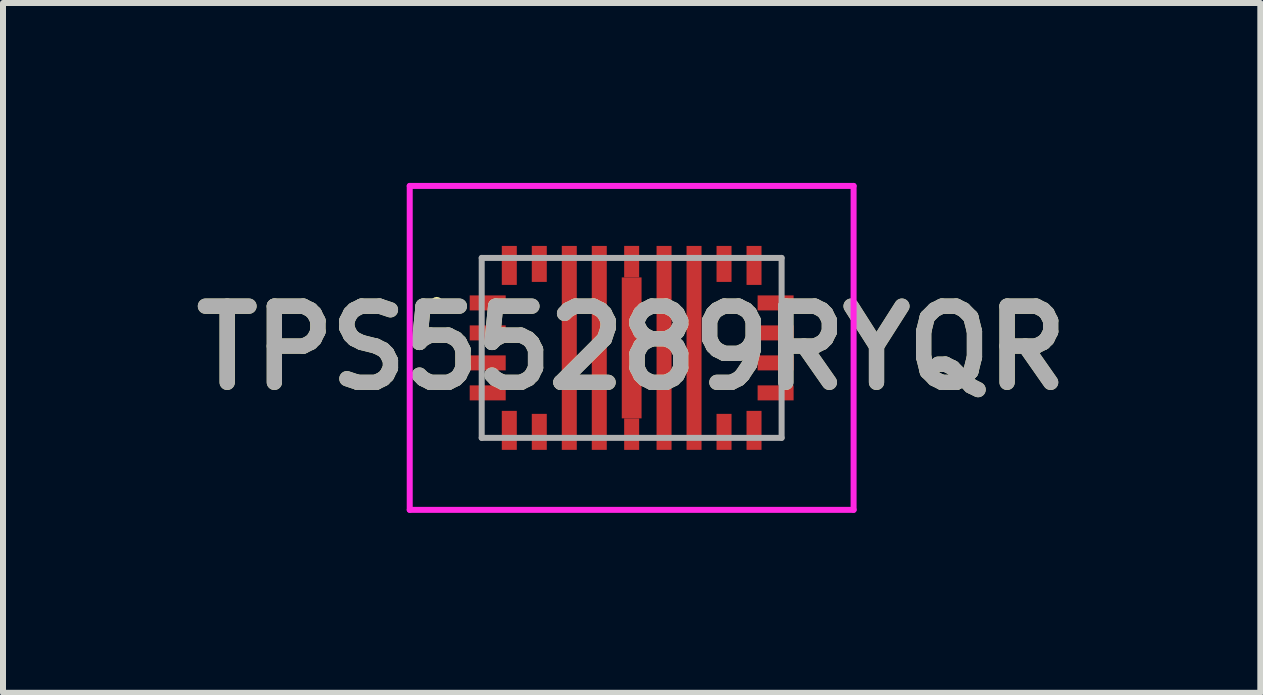
<source format=kicad_pcb>
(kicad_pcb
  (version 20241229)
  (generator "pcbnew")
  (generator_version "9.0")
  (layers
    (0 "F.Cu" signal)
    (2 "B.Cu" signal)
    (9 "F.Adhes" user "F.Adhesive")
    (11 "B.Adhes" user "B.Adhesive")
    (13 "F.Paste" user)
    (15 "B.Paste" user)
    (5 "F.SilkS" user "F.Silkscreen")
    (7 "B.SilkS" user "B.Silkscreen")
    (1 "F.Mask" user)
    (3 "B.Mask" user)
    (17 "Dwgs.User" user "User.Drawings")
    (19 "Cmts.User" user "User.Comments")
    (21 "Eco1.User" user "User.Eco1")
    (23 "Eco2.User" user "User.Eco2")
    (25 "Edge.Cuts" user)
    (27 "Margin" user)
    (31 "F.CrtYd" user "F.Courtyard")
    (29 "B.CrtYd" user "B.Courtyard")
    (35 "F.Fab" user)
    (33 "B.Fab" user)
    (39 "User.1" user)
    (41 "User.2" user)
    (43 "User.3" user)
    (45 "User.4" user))
  (footprint "TPS55289RYQR"
    (layer "F.Cu")
    (at 7.481 2.75)
    (property "Reference" "TPS55289RYQR" (at 0 0 0) (layer "F.SilkS") (effects (font (size 1.27 1.27) (thickness 0.254))))
    (attr smd)
    (fp_line (start -3.3 -0.75) (end -3.3 -0.75) (stroke (width 0.1) (type solid)) (layer "F.SilkS"))
    (fp_line (start -3.2 -0.75) (end -3.2 -0.75) (stroke (width 0.1) (type solid)) (layer "F.SilkS"))
    (fp_arc (start -3.3 -0.75) (mid -3.25 -0.8) (end -3.2 -0.75) (stroke (width 0.1) (type solid)) (layer "F.SilkS"))
    (fp_arc (start -3.2 -0.75) (mid -3.25 -0.7) (end -3.3 -0.75) (stroke (width 0.1) (type solid)) (layer "F.SilkS"))
    (fp_line (start -3.7 -2.7) (end 3.7 -2.7) (stroke (width 0.1) (type solid)) (layer "F.CrtYd"))
    (fp_line (start -3.7 2.7) (end -3.7 -2.7) (stroke (width 0.1) (type solid)) (layer "F.CrtYd"))
    (fp_line (start 3.7 -2.7) (end 3.7 2.7) (stroke (width 0.1) (type solid)) (layer "F.CrtYd"))
    (fp_line (start 3.7 2.7) (end -3.7 2.7) (stroke (width 0.1) (type solid)) (layer "F.CrtYd"))
    (fp_line (start -2.5 -1.5) (end -2.5 1.5) (stroke (width 0.1) (type solid)) (layer "F.Fab"))
    (fp_line (start -2.5 1.5) (end 2.5 1.5) (stroke (width 0.1) (type solid)) (layer "F.Fab"))
    (fp_line (start 2.5 -1.5) (end -2.5 -1.5) (stroke (width 0.1) (type solid)) (layer "F.Fab"))
    (fp_line (start 2.5 1.5) (end 2.5 -1.5) (stroke (width 0.1) (type solid)) (layer "F.Fab"))
    (fp_text user "${REFERENCE}" (at 0 0 0) (layer "F.Fab") (effects (font (size 1.27 1.27) (thickness 0.254))))
    (pad "1" smd rect (at -2.4 -0.75 90) (size 0.25 0.6) (layers "F.Cu" "F.Mask" "F.Paste"))
    (pad "2" smd rect (at -2.4 -0.25 90) (size 0.25 0.6) (layers "F.Cu" "F.Mask" "F.Paste"))
    (pad "3" smd rect (at -2.4 0.25 90) (size 0.25 0.6) (layers "F.Cu" "F.Mask" "F.Paste"))
    (pad "4" smd rect (at -2.4 0.75 90) (size 0.25 0.6) (layers "F.Cu" "F.Mask" "F.Paste"))
    (pad "5" smd rect (at -2.04 1.375) (size 0.25 0.65) (layers "F.Cu" "F.Mask" "F.Paste"))
    (pad "6" smd rect (at -1.54 1.4) (size 0.25 0.6) (layers "F.Cu" "F.Mask" "F.Paste"))
    (pad "7" smd rect (at -1.04 0) (size 0.25 3.4) (layers "F.Cu" "F.Mask" "F.Paste"))
    (pad "8" smd rect (at -0.54 0) (size 0.25 3.4) (layers "F.Cu" "F.Mask" "F.Paste"))
    (pad "9" smd rect (at 0 1.438) (size 0.25 0.525) (layers "F.Cu" "F.Mask" "F.Paste"))
    (pad "10" smd rect (at 0.54 0) (size 0.25 3.4) (layers "F.Cu" "F.Mask" "F.Paste"))
    (pad "11" smd rect (at 1.04 0) (size 0.25 3.4) (layers "F.Cu" "F.Mask" "F.Paste"))
    (pad "12" smd rect (at 1.54 1.4) (size 0.25 0.6) (layers "F.Cu" "F.Mask" "F.Paste"))
    (pad "13" smd rect (at 2.04 1.375) (size 0.25 0.65) (layers "F.Cu" "F.Mask" "F.Paste"))
    (pad "14" smd rect (at 2.4 0.75 90) (size 0.25 0.6) (layers "F.Cu" "F.Mask" "F.Paste"))
    (pad "15" smd rect (at 2.4 0.25 90) (size 0.25 0.6) (layers "F.Cu" "F.Mask" "F.Paste"))
    (pad "16" smd rect (at 2.4 -0.25 90) (size 0.25 0.6) (layers "F.Cu" "F.Mask" "F.Paste"))
    (pad "17" smd rect (at 2.4 -0.75 90) (size 0.25 0.6) (layers "F.Cu" "F.Mask" "F.Paste"))
    (pad "18" smd rect (at 2.04 -1.375) (size 0.25 0.65) (layers "F.Cu" "F.Mask" "F.Paste"))
    (pad "19" smd rect (at 1.54 -1.4) (size 0.25 0.6) (layers "F.Cu" "F.Mask" "F.Paste"))
    (pad "20" smd rect (at -1.54 -1.4) (size 0.25 0.6) (layers "F.Cu" "F.Mask" "F.Paste"))
    (pad "21" smd rect (at -2.04 -1.375) (size 0.25 0.65) (layers "F.Cu" "F.Mask" "F.Paste"))
    (pad "22" smd rect (at 0 0) (size 0.33 2.35) (layers "F.Cu" "F.Mask" "F.Paste"))
    (pad "23" smd rect (at 0 -1.438) (size 0.25 0.525) (layers "F.Cu" "F.Mask" "F.Paste")))
  (gr_rect
    (start -3 -3)
    (end 17.962 8.5)
    (stroke (width 0.1) (type default))
    (fill no)
    (layer "Edge.Cuts")))
</source>
